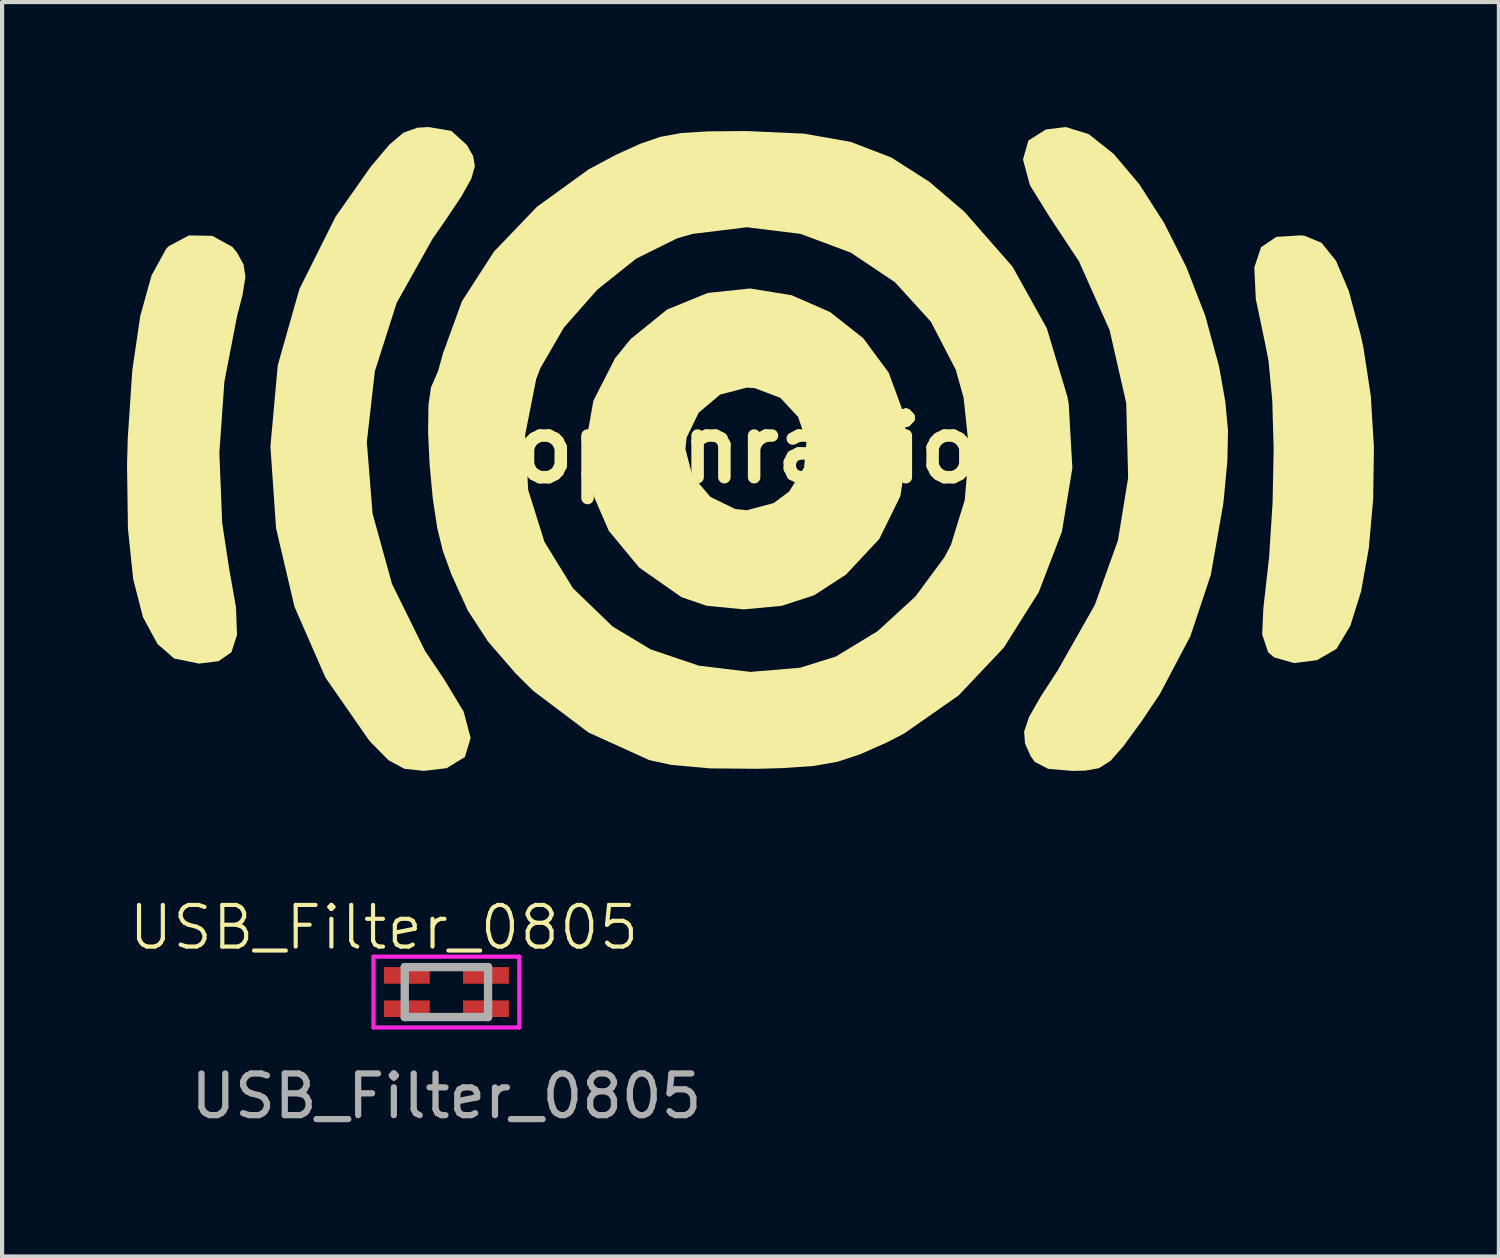
<source format=kicad_pcb>
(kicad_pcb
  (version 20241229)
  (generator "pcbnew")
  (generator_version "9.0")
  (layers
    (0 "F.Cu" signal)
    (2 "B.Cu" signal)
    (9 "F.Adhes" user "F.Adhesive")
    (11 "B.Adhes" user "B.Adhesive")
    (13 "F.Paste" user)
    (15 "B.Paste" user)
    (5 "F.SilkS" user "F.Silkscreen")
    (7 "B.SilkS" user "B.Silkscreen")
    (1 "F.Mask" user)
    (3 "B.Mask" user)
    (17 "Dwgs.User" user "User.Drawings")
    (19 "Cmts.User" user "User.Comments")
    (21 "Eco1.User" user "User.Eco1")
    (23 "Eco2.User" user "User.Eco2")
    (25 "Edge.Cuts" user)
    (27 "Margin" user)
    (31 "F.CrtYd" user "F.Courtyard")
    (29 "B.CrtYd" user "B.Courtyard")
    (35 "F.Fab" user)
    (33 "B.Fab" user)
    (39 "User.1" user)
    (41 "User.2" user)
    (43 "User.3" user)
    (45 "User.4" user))
  (footprint "USB_Filter_0805"
    (layer "F.Cu")
    (at 7.669 20.771)
    (property "Reference" "USB_Filter_0805" (at -1.5 -1.55 0) (unlocked yes) (layer "F.SilkS") (effects (font (size 1 1) (thickness 0.1))))
    (attr smd)
    (fp_line (start -1.75 -0.85) (end 1.75 -0.85) (stroke (width 0.1) (type solid)) (layer "F.CrtYd"))
    (fp_line (start -1.75 0.85) (end -1.75 -0.85) (stroke (width 0.1) (type solid)) (layer "F.CrtYd"))
    (fp_line (start 1.75 -0.85) (end 1.75 0.85) (stroke (width 0.1) (type solid)) (layer "F.CrtYd"))
    (fp_line (start 1.75 0.85) (end -1.75 0.85) (stroke (width 0.1) (type solid)) (layer "F.CrtYd"))
    (fp_line (start -1 -0.6) (end 1 -0.6) (stroke (width 0.2) (type solid)) (layer "F.Fab"))
    (fp_line (start -1 0.6) (end -1 -0.6) (stroke (width 0.2) (type solid)) (layer "F.Fab"))
    (fp_line (start 1 -0.6) (end 1 0.6) (stroke (width 0.2) (type solid)) (layer "F.Fab"))
    (fp_line (start 1 0.6) (end -1 0.6) (stroke (width 0.2) (type solid)) (layer "F.Fab"))
    (fp_text user "${REFERENCE}" (at 0 2.5 0) (unlocked yes) (layer "F.Fab") (effects (font (size 1 1) (thickness 0.15))))
    (pad "1" smd rect (at -0.95 0.4 90) (size 0.4 1.1) (layers "F.Cu" "F.Mask" "F.Paste"))
    (pad "2" smd rect (at 0.95 0.4 90) (size 0.4 1.1) (layers "F.Cu" "F.Mask" "F.Paste"))
    (pad "3" smd rect (at -0.95 -0.4 90) (size 0.4 1.1) (layers "F.Cu" "F.Mask" "F.Paste"))
    (pad "4" smd rect (at 0.95 -0.4 90) (size 0.4 1.1) (layers "F.Cu" "F.Mask" "F.Paste")))
  (footprint "openradio"
    (layer "F.Cu")
    (at 14.879 7.73)
    (property "Reference" "openradio" (at 0 0 0) (layer "F.SilkS") (effects (font (size 1.5 1.5) (thickness 0.3))))
    (attr board_only exclude_from_pos_files exclude_from_bom)
    (fp_poly (pts (xy -12.831 -5.117) (xy -12.349 -4.851) (xy -12.234 -4.71) (xy -12.08 -4.427) (xy -12.036 -4.134) (xy -12.103 -3.709) (xy -12.236 -3.192) (xy -12.541 -1.617) (xy -12.662 0.093) (xy -12.594 1.774) (xy -12.433 2.836) (xy -12.263 3.8) (xy -12.238 4.466) (xy -12.373 4.883) (xy -12.681 5.096) (xy -13.153 5.154) (xy -13.749 5.031) (xy -14.148 4.682) (xy -14.496 4.04) (xy -14.731 3.126) (xy -14.857 1.916) (xy -14.879 0.385) (xy -14.861 -0.265) (xy -14.753 -1.884) (xy -14.562 -3.19) (xy -14.291 -4.166) (xy -13.943 -4.799) (xy -13.879 -4.869) (xy -13.391 -5.128)) (stroke (width 0) (type solid)) (fill yes) (layer "F.SilkS"))
    (fp_poly (pts (xy 13.399 -5.119) (xy 13.804 -4.949) (xy 14.151 -4.517) (xy 14.458 -3.791) (xy 14.742 -2.739) (xy 14.81 -2.427) (xy 14.986 -1.274) (xy 15.061 -0.039) (xy 15.043 1.205) (xy 14.938 2.384) (xy 14.752 3.424) (xy 14.492 4.251) (xy 14.166 4.792) (xy 14.153 4.805) (xy 13.692 5.072) (xy 13.143 5.141) (xy 12.664 5.005) (xy 12.519 4.881) (xy 12.378 4.454) (xy 12.406 3.823) (xy 12.545 2.588) (xy 12.628 1.282) (xy 12.653 -0.001) (xy 12.62 -1.166) (xy 12.529 -2.119) (xy 12.445 -2.552) (xy 12.224 -3.602) (xy 12.189 -4.357) (xy 12.35 -4.844) (xy 12.717 -5.092) (xy 13.3 -5.129)) (stroke (width 0) (type solid)) (fill yes) (layer "F.SilkS"))
    (fp_poly (pts (xy -7.089 -7.635) (xy -6.724 -7.304) (xy -6.709 -7.283) (xy -6.567 -7.03) (xy -6.527 -6.789) (xy -6.612 -6.489) (xy -6.851 -6.062) (xy -7.267 -5.441) (xy -7.546 -5.04) (xy -8.404 -3.508) (xy -8.928 -1.867) (xy -9.121 -0.165) (xy -8.983 1.553) (xy -8.516 3.241) (xy -7.721 4.853) (xy -7.272 5.519) (xy -6.796 6.307) (xy -6.628 6.939) (xy -6.766 7.397) (xy -7.204 7.665) (xy -7.753 7.73) (xy -8.218 7.68) (xy -8.596 7.478) (xy -9.022 7.048) (xy -9.075 6.986) (xy -10.113 5.493) (xy -10.858 3.79) (xy -11.301 1.901) (xy -11.436 -0.06) (xy -11.26 -2.008) (xy -10.74 -3.84) (xy -9.871 -5.577) (xy -9.03 -6.774) (xy -8.583 -7.304) (xy -8.241 -7.595) (xy -7.906 -7.714) (xy -7.638 -7.73)) (stroke (width 0) (type solid)) (fill yes) (layer "F.SilkS"))
    (fp_poly (pts (xy 8.212 -7.56) (xy 8.813 -7.084) (xy 9.427 -6.357) (xy 10.02 -5.432) (xy 10.559 -4.363) (xy 11.009 -3.204) (xy 11.335 -2.008) (xy 11.351 -1.933) (xy 11.494 -1.129) (xy 11.557 -0.439) (xy 11.542 0.292) (xy 11.455 1.215) (xy 11.441 1.333) (xy 11.145 3.021) (xy 10.654 4.496) (xy 9.922 5.883) (xy 9.478 6.545) (xy 9.045 7.138) (xy 8.734 7.491) (xy 8.458 7.665) (xy 8.13 7.724) (xy 7.82 7.73) (xy 7.241 7.682) (xy 6.916 7.513) (xy 6.817 7.374) (xy 6.683 7.072) (xy 6.661 6.789) (xy 6.777 6.441) (xy 7.057 5.949) (xy 7.468 5.317) (xy 8.358 3.747) (xy 8.915 2.194) (xy 9.159 0.693) (xy 9.113 -1.104) (xy 8.714 -2.854) (xy 7.978 -4.506) (xy 7.268 -5.579) (xy 6.801 -6.332) (xy 6.634 -6.95) (xy 6.763 -7.405) (xy 7.183 -7.671) (xy 7.66 -7.73)) (stroke (width 0) (type solid)) (fill yes) (layer "F.SilkS"))
    (fp_poly (pts (xy 1.077 -3.692) (xy 2.003 -3.287) (xy 2.799 -2.659) (xy 3.411 -1.83) (xy 3.78 -0.824) (xy 3.865 0) (xy 3.689 1.137) (xy 3.184 2.161) (xy 2.384 3.017) (xy 1.618 3.514) (xy 0.841 3.767) (xy -0.072 3.852) (xy -0.959 3.766) (xy -1.564 3.56) (xy -2.581 2.848) (xy -3.311 1.966) (xy -3.745 0.967) (xy -3.86 0) (xy -1.472 0) (xy -1.306 0.637) (xy -0.873 1.151) (xy -0.275 1.442) (xy 0 1.472) (xy 0.646 1.3) (xy 1.021 1.021) (xy 1.378 0.444) (xy 1.436 -0.184) (xy 1.233 -0.772) (xy 0.806 -1.228) (xy 0.193 -1.46) (xy 0 -1.472) (xy -0.637 -1.306) (xy -1.151 -0.873) (xy -1.442 -0.275) (xy -1.472 0) (xy -3.86 0) (xy -3.872 -0.093) (xy -3.68 -1.16) (xy -3.16 -2.179) (xy -2.786 -2.64) (xy -1.909 -3.349) (xy -0.935 -3.746) (xy 0.079 -3.853)) (stroke (width 0) (type solid)) (fill yes) (layer "F.SilkS"))
    (fp_poly (pts (xy 0 -7.633) (xy 1.378 -7.571) (xy 2.502 -7.372) (xy 3.473 -6.998) (xy 4.389 -6.413) (xy 5.23 -5.693) (xy 6.382 -4.379) (xy 7.206 -2.899) (xy 7.702 -1.251) (xy 7.732 -1.089) (xy 7.82 0.457) (xy 7.57 1.984) (xy 7.012 3.44) (xy 6.175 4.769) (xy 5.088 5.919) (xy 3.779 6.834) (xy 3.357 7.051) (xy 2.726 7.331) (xy 2.185 7.51) (xy 1.607 7.612) (xy 0.866 7.663) (xy 0.276 7.68) (xy -0.877 7.67) (xy -1.806 7.587) (xy -2.34 7.471) (xy -3.799 6.808) (xy -5.127 5.807) (xy -5.542 5.396) (xy -6.209 4.627) (xy -6.694 3.884) (xy -7.091 3.012) (xy -7.294 2.453) (xy -7.43 1.902) (xy -7.539 1.175) (xy -7.614 0.372) (xy -7.647 -0.333) (xy -5.32 -0.333) (xy -5.246 0.988) (xy -4.855 2.232) (xy -4.172 3.343) (xy -3.221 4.262) (xy -2.309 4.811) (xy -1.146 5.204) (xy 0.092 5.353) (xy 1.285 5.253) (xy 2.142 4.984) (xy 3.142 4.376) (xy 4.051 3.543) (xy 4.748 2.6) (xy 4.905 2.301) (xy 5.236 1.227) (xy 5.338 0.004) (xy 5.209 -1.227) (xy 5.02 -1.903) (xy 4.423 -3.055) (xy 3.562 -4.002) (xy 2.499 -4.714) (xy 1.294 -5.164) (xy 0.005 -5.323) (xy -1.306 -5.163) (xy -1.675 -5.055) (xy -2.65 -4.572) (xy -3.587 -3.825) (xy -4.389 -2.915) (xy -4.954 -1.941) (xy -5.055 -1.675) (xy -5.32 -0.333) (xy -7.647 -0.333) (xy -7.65 -0.407) (xy -7.641 -1.06) (xy -7.579 -1.486) (xy -7.543 -1.564) (xy -7.412 -1.866) (xy -7.29 -2.301) (xy -6.837 -3.547) (xy -6.068 -4.738) (xy -5.038 -5.813) (xy -3.798 -6.711) (xy -3.129 -7.068) (xy -2.553 -7.329) (xy -2.07 -7.495) (xy -1.564 -7.587) (xy -0.923 -7.626) (xy -0.031 -7.633)) (stroke (width 0) (type solid)) (fill yes) (layer "F.SilkS")))
  (gr_rect
    (start -3 -3)
    (end 32.94 27.12)
    (stroke (width 0.1) (type default))
    (fill no)
    (layer "Edge.Cuts")))
</source>
